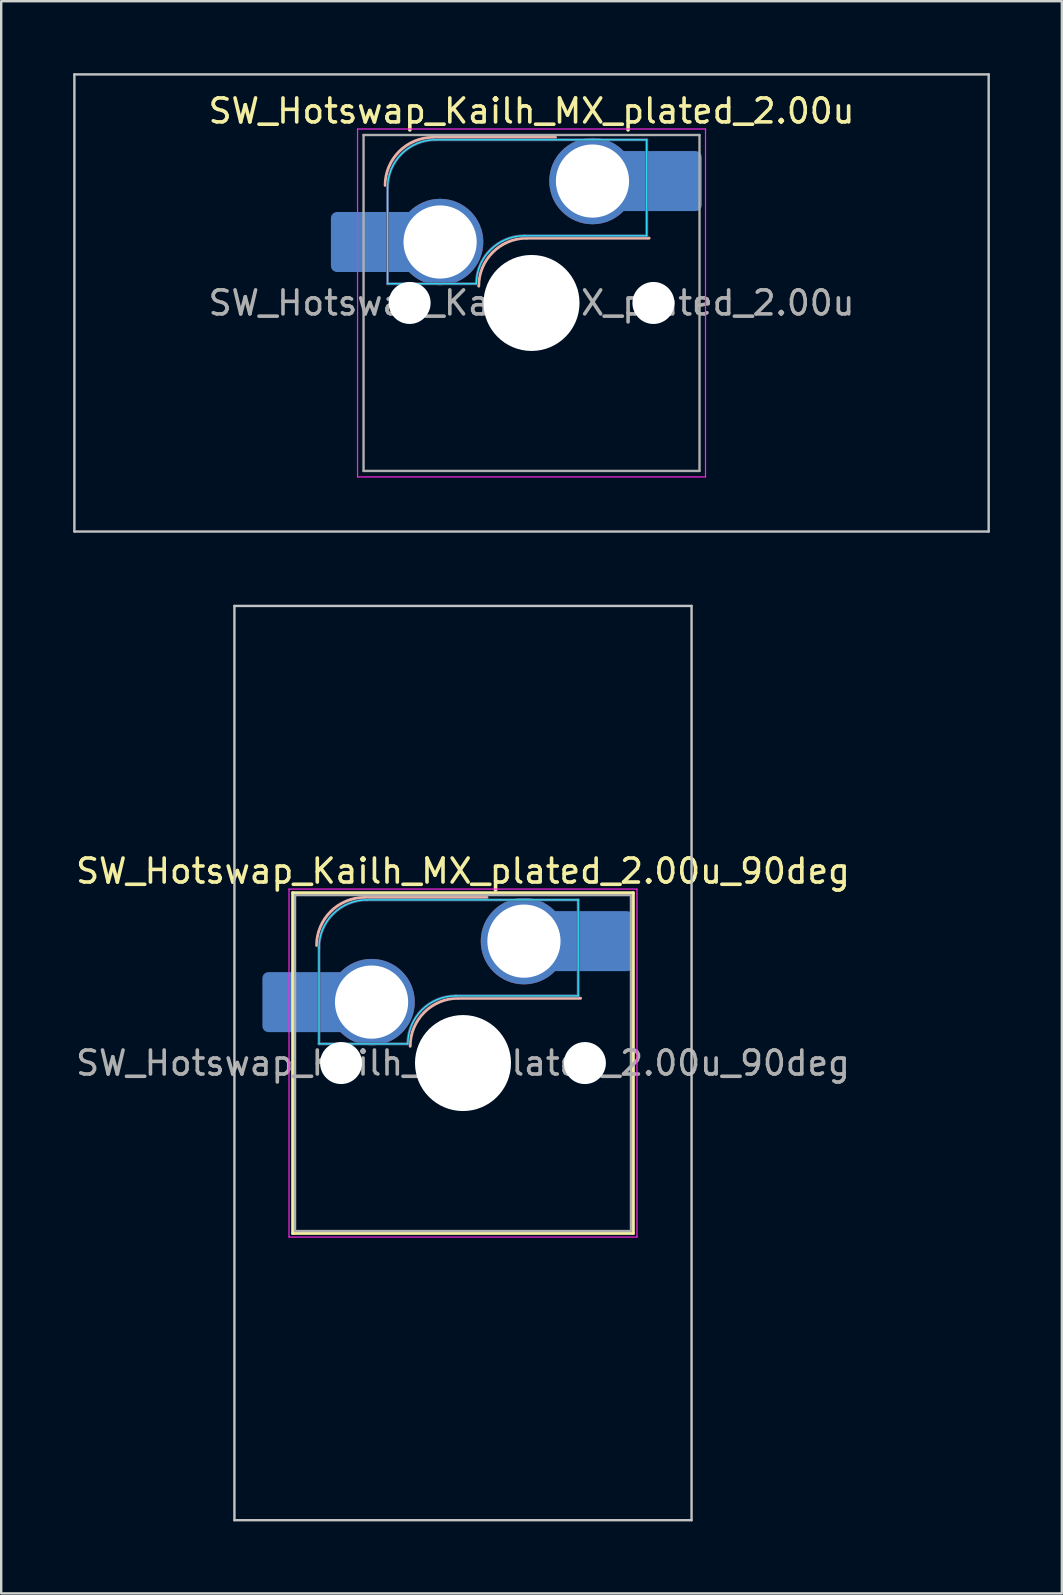
<source format=kicad_pcb>
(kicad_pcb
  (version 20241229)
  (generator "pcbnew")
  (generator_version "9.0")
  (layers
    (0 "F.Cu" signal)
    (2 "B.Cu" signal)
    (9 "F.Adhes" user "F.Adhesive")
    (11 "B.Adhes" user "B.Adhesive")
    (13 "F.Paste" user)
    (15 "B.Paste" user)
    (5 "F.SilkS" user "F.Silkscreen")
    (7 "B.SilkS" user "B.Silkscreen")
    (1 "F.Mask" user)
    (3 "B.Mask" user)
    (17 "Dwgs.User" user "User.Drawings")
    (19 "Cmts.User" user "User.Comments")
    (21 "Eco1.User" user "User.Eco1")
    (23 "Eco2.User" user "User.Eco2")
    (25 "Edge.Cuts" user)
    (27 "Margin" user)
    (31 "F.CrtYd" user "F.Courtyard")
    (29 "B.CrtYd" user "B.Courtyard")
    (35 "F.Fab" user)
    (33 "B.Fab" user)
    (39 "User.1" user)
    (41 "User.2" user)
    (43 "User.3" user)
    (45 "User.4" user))
  (footprint "SW_Hotswap_Kailh_MX_plated_2.00u"
    (layer "F.Cu")
    (at 19.1 9.575)
    (property "Reference" "SW_Hotswap_Kailh_MX_plated_2.00u" (at 0 -8 0) (layer "F.SilkS") (effects (font (size 1 1) (thickness 0.15))))
    (attr smd)
    (fp_line (start -4.1 -6.9) (end 1 -6.9) (stroke (width 0.12) (type solid)) (layer "B.SilkS"))
    (fp_line (start -0.2 -2.7) (end 4.9 -2.7) (stroke (width 0.12) (type solid)) (layer "B.SilkS"))
    (fp_arc (start -6.1 -4.9) (mid -5.514214 -6.314214) (end -4.1 -6.9) (stroke (width 0.12) (type solid)) (layer "B.SilkS"))
    (fp_arc (start -2.2 -0.7) (mid -1.614214 -2.114214) (end -0.2 -2.7) (stroke (width 0.12) (type solid)) (layer "B.SilkS"))
    (fp_line (start -19.05 -9.525) (end -19.05 9.525) (stroke (width 0.1) (type solid)) (layer "Dwgs.User"))
    (fp_line (start -19.05 9.525) (end 19.05 9.525) (stroke (width 0.1) (type solid)) (layer "Dwgs.User"))
    (fp_line (start 19.05 -9.525) (end -19.05 -9.525) (stroke (width 0.1) (type solid)) (layer "Dwgs.User"))
    (fp_line (start 19.05 9.525) (end 19.05 -9.525) (stroke (width 0.1) (type solid)) (layer "Dwgs.User"))
    (fp_line (start -7.8 -6) (end -7 -6) (stroke (width 0.1) (type solid)) (layer "Eco1.User"))
    (fp_line (start -7.8 -2.9) (end -7.8 -6) (stroke (width 0.1) (type solid)) (layer "Eco1.User"))
    (fp_line (start -7.8 2.9) (end -7 2.9) (stroke (width 0.1) (type solid)) (layer "Eco1.User"))
    (fp_line (start -7.8 6) (end -7.8 2.9) (stroke (width 0.1) (type solid)) (layer "Eco1.User"))
    (fp_line (start -7 -7) (end 7 -7) (stroke (width 0.1) (type solid)) (layer "Eco1.User"))
    (fp_line (start -7 -6) (end -7 -7) (stroke (width 0.1) (type solid)) (layer "Eco1.User"))
    (fp_line (start -7 -2.9) (end -7.8 -2.9) (stroke (width 0.1) (type solid)) (layer "Eco1.User"))
    (fp_line (start -7 2.9) (end -7 -2.9) (stroke (width 0.1) (type solid)) (layer "Eco1.User"))
    (fp_line (start -7 6) (end -7.8 6) (stroke (width 0.1) (type solid)) (layer "Eco1.User"))
    (fp_line (start -7 7) (end -7 6) (stroke (width 0.1) (type solid)) (layer "Eco1.User"))
    (fp_line (start 7 -7) (end 7 -6) (stroke (width 0.1) (type solid)) (layer "Eco1.User"))
    (fp_line (start 7 -6) (end 7.8 -6) (stroke (width 0.1) (type solid)) (layer "Eco1.User"))
    (fp_line (start 7 -2.9) (end 7 2.9) (stroke (width 0.1) (type solid)) (layer "Eco1.User"))
    (fp_line (start 7 2.9) (end 7.8 2.9) (stroke (width 0.1) (type solid)) (layer "Eco1.User"))
    (fp_line (start 7 6) (end 7 7) (stroke (width 0.1) (type solid)) (layer "Eco1.User"))
    (fp_line (start 7 7) (end -7 7) (stroke (width 0.1) (type solid)) (layer "Eco1.User"))
    (fp_line (start 7.8 -6) (end 7.8 -2.9) (stroke (width 0.1) (type solid)) (layer "Eco1.User"))
    (fp_line (start 7.8 -2.9) (end 7 -2.9) (stroke (width 0.1) (type solid)) (layer "Eco1.User"))
    (fp_line (start 7.8 2.9) (end 7.8 6) (stroke (width 0.1) (type solid)) (layer "Eco1.User"))
    (fp_line (start 7.8 6) (end 7 6) (stroke (width 0.1) (type solid)) (layer "Eco1.User"))
    (fp_line (start -6 -0.8) (end -6 -4.8) (stroke (width 0.05) (type solid)) (layer "B.CrtYd"))
    (fp_line (start -6 -0.8) (end -2.3 -0.8) (stroke (width 0.05) (type solid)) (layer "B.CrtYd"))
    (fp_line (start -4 -6.8) (end 4.8 -6.8) (stroke (width 0.05) (type solid)) (layer "B.CrtYd"))
    (fp_line (start -0.3 -2.8) (end 4.8 -2.8) (stroke (width 0.05) (type solid)) (layer "B.CrtYd"))
    (fp_line (start 4.8 -6.8) (end 4.8 -2.8) (stroke (width 0.05) (type solid)) (layer "B.CrtYd"))
    (fp_arc (start -6 -4.8) (mid -5.414214 -6.214214) (end -4 -6.8) (stroke (width 0.05) (type solid)) (layer "B.CrtYd"))
    (fp_arc (start -2.3 -0.8) (mid -1.714214 -2.214214) (end -0.3 -2.8) (stroke (width 0.05) (type solid)) (layer "B.CrtYd"))
    (fp_line (start -7.25 -7.25) (end -7.25 7.25) (stroke (width 0.05) (type solid)) (layer "F.CrtYd"))
    (fp_line (start -7.25 7.25) (end 7.25 7.25) (stroke (width 0.05) (type solid)) (layer "F.CrtYd"))
    (fp_line (start 7.25 -7.25) (end -7.25 -7.25) (stroke (width 0.05) (type solid)) (layer "F.CrtYd"))
    (fp_line (start 7.25 7.25) (end 7.25 -7.25) (stroke (width 0.05) (type solid)) (layer "F.CrtYd"))
    (fp_line (start -6 -0.8) (end -6 -4.8) (stroke (width 0.12) (type solid)) (layer "B.Fab"))
    (fp_line (start -6 -0.8) (end -2.3 -0.8) (stroke (width 0.12) (type solid)) (layer "B.Fab"))
    (fp_line (start -4 -6.8) (end 4.8 -6.8) (stroke (width 0.12) (type solid)) (layer "B.Fab"))
    (fp_line (start -0.3 -2.8) (end 4.8 -2.8) (stroke (width 0.12) (type solid)) (layer "B.Fab"))
    (fp_line (start 4.8 -6.8) (end 4.8 -2.8) (stroke (width 0.12) (type solid)) (layer "B.Fab"))
    (fp_arc (start -6 -4.8) (mid -5.414214 -6.214214) (end -4 -6.8) (stroke (width 0.12) (type solid)) (layer "B.Fab"))
    (fp_arc (start -2.3 -0.8) (mid -1.714214 -2.214214) (end -0.3 -2.8) (stroke (width 0.12) (type solid)) (layer "B.Fab"))
    (fp_line (start -7 -7) (end -7 7) (stroke (width 0.1) (type solid)) (layer "F.Fab"))
    (fp_line (start -7 7) (end 7 7) (stroke (width 0.1) (type solid)) (layer "F.Fab"))
    (fp_line (start 7 -7) (end -7 -7) (stroke (width 0.1) (type solid)) (layer "F.Fab"))
    (fp_line (start 7 7) (end 7 -7) (stroke (width 0.1) (type solid)) (layer "F.Fab"))
    (fp_text user "${REFERENCE}" (at 0 0 0) (layer "F.Fab") (effects (font (size 1 1) (thickness 0.15))))
    (pad "" smd roundrect (at -7.085 -2.54) (size 2.55 2.5) (layers "B.Mask" "B.Paste") (roundrect_rratio 0.1))
    (pad "" np_thru_hole circle (at -5.08 0) (size 1.75 1.75) (drill 1.75) (layers "*.Cu" "*.Mask"))
    (pad "" smd circle (at -3.81 -2.54) (size 3.1 3.1) (layers "F.Mask"))
    (pad "" np_thru_hole circle (at 0 0) (size 4 4) (drill 4) (layers "*.Cu" "*.Mask"))
    (pad "" smd circle (at 2.54 -5.08) (size 3.1 3.1) (layers "F.Mask"))
    (pad "" np_thru_hole circle (at 5.08 0) (size 1.75 1.75) (drill 1.75) (layers "*.Cu" "*.Mask"))
    (pad "" smd roundrect (at 5.842 -5.08) (size 2.55 2.5) (layers "B.Mask" "B.Paste") (roundrect_rratio 0.1))
    (pad "1" smd roundrect (at -6.585 -2.54) (size 3.55 2.5) (layers "B.Cu") (roundrect_rratio 0.1))
    (pad "1" thru_hole circle (at -3.81 -2.54) (size 3.6 3.6) (drill 3.05) (layers "*.Cu" "B.Mask"))
    (pad "2" thru_hole circle (at 2.54 -5.08) (size 3.6 3.6) (drill 3.05) (layers "*.Cu" "B.Mask"))
    (pad "2" smd roundrect (at 5.32 -5.08) (size 3.55 2.5) (layers "B.Cu") (roundrect_rratio 0.1)))
  (footprint "SW_Hotswap_Kailh_MX_plated_2.00u_90deg"
    (layer "F.Cu")
    (at 16.244 41.25)
    (property "Reference" "SW_Hotswap_Kailh_MX_plated_2.00u_90deg" (at 0 -8 0) (layer "F.SilkS") (effects (font (size 1 1) (thickness 0.15))))
    (attr smd)
    (fp_line (start -7.1 -7.1) (end -7.1 7.1) (stroke (width 0.12) (type solid)) (layer "F.SilkS"))
    (fp_line (start -7.1 7.1) (end 7.1 7.1) (stroke (width 0.12) (type solid)) (layer "F.SilkS"))
    (fp_line (start 7.1 -7.1) (end -7.1 -7.1) (stroke (width 0.12) (type solid)) (layer "F.SilkS"))
    (fp_line (start 7.1 7.1) (end 7.1 -7.1) (stroke (width 0.12) (type solid)) (layer "F.SilkS"))
    (fp_line (start -4.1 -6.9) (end 1 -6.9) (stroke (width 0.12) (type solid)) (layer "B.SilkS"))
    (fp_line (start -0.2 -2.7) (end 4.9 -2.7) (stroke (width 0.12) (type solid)) (layer "B.SilkS"))
    (fp_arc (start -6.1 -4.9) (mid -5.514214 -6.314214) (end -4.1 -6.9) (stroke (width 0.12) (type solid)) (layer "B.SilkS"))
    (fp_arc (start -2.2 -0.7) (mid -1.614214 -2.114214) (end -0.2 -2.7) (stroke (width 0.12) (type solid)) (layer "B.SilkS"))
    (fp_line (start -9.525 -19.05) (end 9.525 -19.05) (stroke (width 0.1) (type solid)) (layer "Dwgs.User"))
    (fp_line (start -9.525 19.05) (end -9.525 -19.05) (stroke (width 0.1) (type solid)) (layer "Dwgs.User"))
    (fp_line (start 9.525 -19.05) (end 9.525 19.05) (stroke (width 0.1) (type solid)) (layer "Dwgs.User"))
    (fp_line (start 9.525 19.05) (end -9.525 19.05) (stroke (width 0.1) (type solid)) (layer "Dwgs.User"))
    (fp_line (start -7.8 -6) (end -7 -6) (stroke (width 0.1) (type solid)) (layer "Eco1.User"))
    (fp_line (start -7.8 -2.9) (end -7.8 -6) (stroke (width 0.1) (type solid)) (layer "Eco1.User"))
    (fp_line (start -7.8 2.9) (end -7 2.9) (stroke (width 0.1) (type solid)) (layer "Eco1.User"))
    (fp_line (start -7.8 6) (end -7.8 2.9) (stroke (width 0.1) (type solid)) (layer "Eco1.User"))
    (fp_line (start -7 -7) (end 7 -7) (stroke (width 0.1) (type solid)) (layer "Eco1.User"))
    (fp_line (start -7 -6) (end -7 -7) (stroke (width 0.1) (type solid)) (layer "Eco1.User"))
    (fp_line (start -7 -2.9) (end -7.8 -2.9) (stroke (width 0.1) (type solid)) (layer "Eco1.User"))
    (fp_line (start -7 2.9) (end -7 -2.9) (stroke (width 0.1) (type solid)) (layer "Eco1.User"))
    (fp_line (start -7 6) (end -7.8 6) (stroke (width 0.1) (type solid)) (layer "Eco1.User"))
    (fp_line (start -7 7) (end -7 6) (stroke (width 0.1) (type solid)) (layer "Eco1.User"))
    (fp_line (start 7 -7) (end 7 -6) (stroke (width 0.1) (type solid)) (layer "Eco1.User"))
    (fp_line (start 7 -6) (end 7.8 -6) (stroke (width 0.1) (type solid)) (layer "Eco1.User"))
    (fp_line (start 7 -2.9) (end 7 2.9) (stroke (width 0.1) (type solid)) (layer "Eco1.User"))
    (fp_line (start 7 2.9) (end 7.8 2.9) (stroke (width 0.1) (type solid)) (layer "Eco1.User"))
    (fp_line (start 7 6) (end 7 7) (stroke (width 0.1) (type solid)) (layer "Eco1.User"))
    (fp_line (start 7 7) (end -7 7) (stroke (width 0.1) (type solid)) (layer "Eco1.User"))
    (fp_line (start 7.8 -6) (end 7.8 -2.9) (stroke (width 0.1) (type solid)) (layer "Eco1.User"))
    (fp_line (start 7.8 -2.9) (end 7 -2.9) (stroke (width 0.1) (type solid)) (layer "Eco1.User"))
    (fp_line (start 7.8 2.9) (end 7.8 6) (stroke (width 0.1) (type solid)) (layer "Eco1.User"))
    (fp_line (start 7.8 6) (end 7 6) (stroke (width 0.1) (type solid)) (layer "Eco1.User"))
    (fp_line (start -6 -0.8) (end -6 -4.8) (stroke (width 0.05) (type solid)) (layer "B.CrtYd"))
    (fp_line (start -6 -0.8) (end -2.3 -0.8) (stroke (width 0.05) (type solid)) (layer "B.CrtYd"))
    (fp_line (start -4 -6.8) (end 4.8 -6.8) (stroke (width 0.05) (type solid)) (layer "B.CrtYd"))
    (fp_line (start -0.3 -2.8) (end 4.8 -2.8) (stroke (width 0.05) (type solid)) (layer "B.CrtYd"))
    (fp_line (start 4.8 -6.8) (end 4.8 -2.8) (stroke (width 0.05) (type solid)) (layer "B.CrtYd"))
    (fp_arc (start -6 -4.8) (mid -5.414214 -6.214214) (end -4 -6.8) (stroke (width 0.05) (type solid)) (layer "B.CrtYd"))
    (fp_arc (start -2.3 -0.8) (mid -1.714214 -2.214214) (end -0.3 -2.8) (stroke (width 0.05) (type solid)) (layer "B.CrtYd"))
    (fp_line (start -7.25 -7.25) (end -7.25 7.25) (stroke (width 0.05) (type solid)) (layer "F.CrtYd"))
    (fp_line (start -7.25 7.25) (end 7.25 7.25) (stroke (width 0.05) (type solid)) (layer "F.CrtYd"))
    (fp_line (start 7.25 -7.25) (end -7.25 -7.25) (stroke (width 0.05) (type solid)) (layer "F.CrtYd"))
    (fp_line (start 7.25 7.25) (end 7.25 -7.25) (stroke (width 0.05) (type solid)) (layer "F.CrtYd"))
    (fp_line (start -6 -0.8) (end -6 -4.8) (stroke (width 0.12) (type solid)) (layer "B.Fab"))
    (fp_line (start -6 -0.8) (end -2.3 -0.8) (stroke (width 0.12) (type solid)) (layer "B.Fab"))
    (fp_line (start -4 -6.8) (end 4.8 -6.8) (stroke (width 0.12) (type solid)) (layer "B.Fab"))
    (fp_line (start -0.3 -2.8) (end 4.8 -2.8) (stroke (width 0.12) (type solid)) (layer "B.Fab"))
    (fp_line (start 4.8 -6.8) (end 4.8 -2.8) (stroke (width 0.12) (type solid)) (layer "B.Fab"))
    (fp_arc (start -6 -4.8) (mid -5.414214 -6.214214) (end -4 -6.8) (stroke (width 0.12) (type solid)) (layer "B.Fab"))
    (fp_arc (start -2.3 -0.8) (mid -1.714214 -2.214214) (end -0.3 -2.8) (stroke (width 0.12) (type solid)) (layer "B.Fab"))
    (fp_line (start -7 -7) (end -7 7) (stroke (width 0.1) (type solid)) (layer "F.Fab"))
    (fp_line (start -7 7) (end 7 7) (stroke (width 0.1) (type solid)) (layer "F.Fab"))
    (fp_line (start 7 -7) (end -7 -7) (stroke (width 0.1) (type solid)) (layer "F.Fab"))
    (fp_line (start 7 7) (end 7 -7) (stroke (width 0.1) (type solid)) (layer "F.Fab"))
    (fp_text user "${REFERENCE}" (at 0 0 0) (layer "F.Fab") (effects (font (size 1 1) (thickness 0.15))))
    (pad "" smd roundrect (at -7.085 -2.54) (size 2.55 2.5) (layers "B.Mask" "B.Paste") (roundrect_rratio 0.1))
    (pad "" np_thru_hole circle (at -5.08 0) (size 1.75 1.75) (drill 1.75) (layers "*.Cu" "*.Mask"))
    (pad "" smd circle (at -3.81 -2.54) (size 3.1 3.1) (layers "F.Mask"))
    (pad "" np_thru_hole circle (at 0 0) (size 4 4) (drill 4) (layers "*.Cu" "*.Mask"))
    (pad "" smd circle (at 2.54 -5.08) (size 3.1 3.1) (layers "F.Mask"))
    (pad "" np_thru_hole circle (at 5.08 0) (size 1.75 1.75) (drill 1.75) (layers "*.Cu" "*.Mask"))
    (pad "" smd roundrect (at 5.842 -5.08) (size 2.55 2.5) (layers "B.Mask" "B.Paste") (roundrect_rratio 0.1))
    (pad "1" smd roundrect (at -6.585 -2.54) (size 3.55 2.5) (layers "B.Cu") (roundrect_rratio 0.1))
    (pad "1" thru_hole circle (at -3.81 -2.54) (size 3.6 3.6) (drill 3.05) (layers "*.Cu" "B.Mask"))
    (pad "2" thru_hole circle (at 2.54 -5.08) (size 3.6 3.6) (drill 3.05) (layers "*.Cu" "B.Mask"))
    (pad "2" smd roundrect (at 5.32 -5.08) (size 3.55 2.5) (layers "B.Cu") (roundrect_rratio 0.1)))
  (gr_rect
    (start -3 -3)
    (end 41.2 63.35)
    (stroke (width 0.1) (type default))
    (fill no)
    (layer "Edge.Cuts")))
</source>
